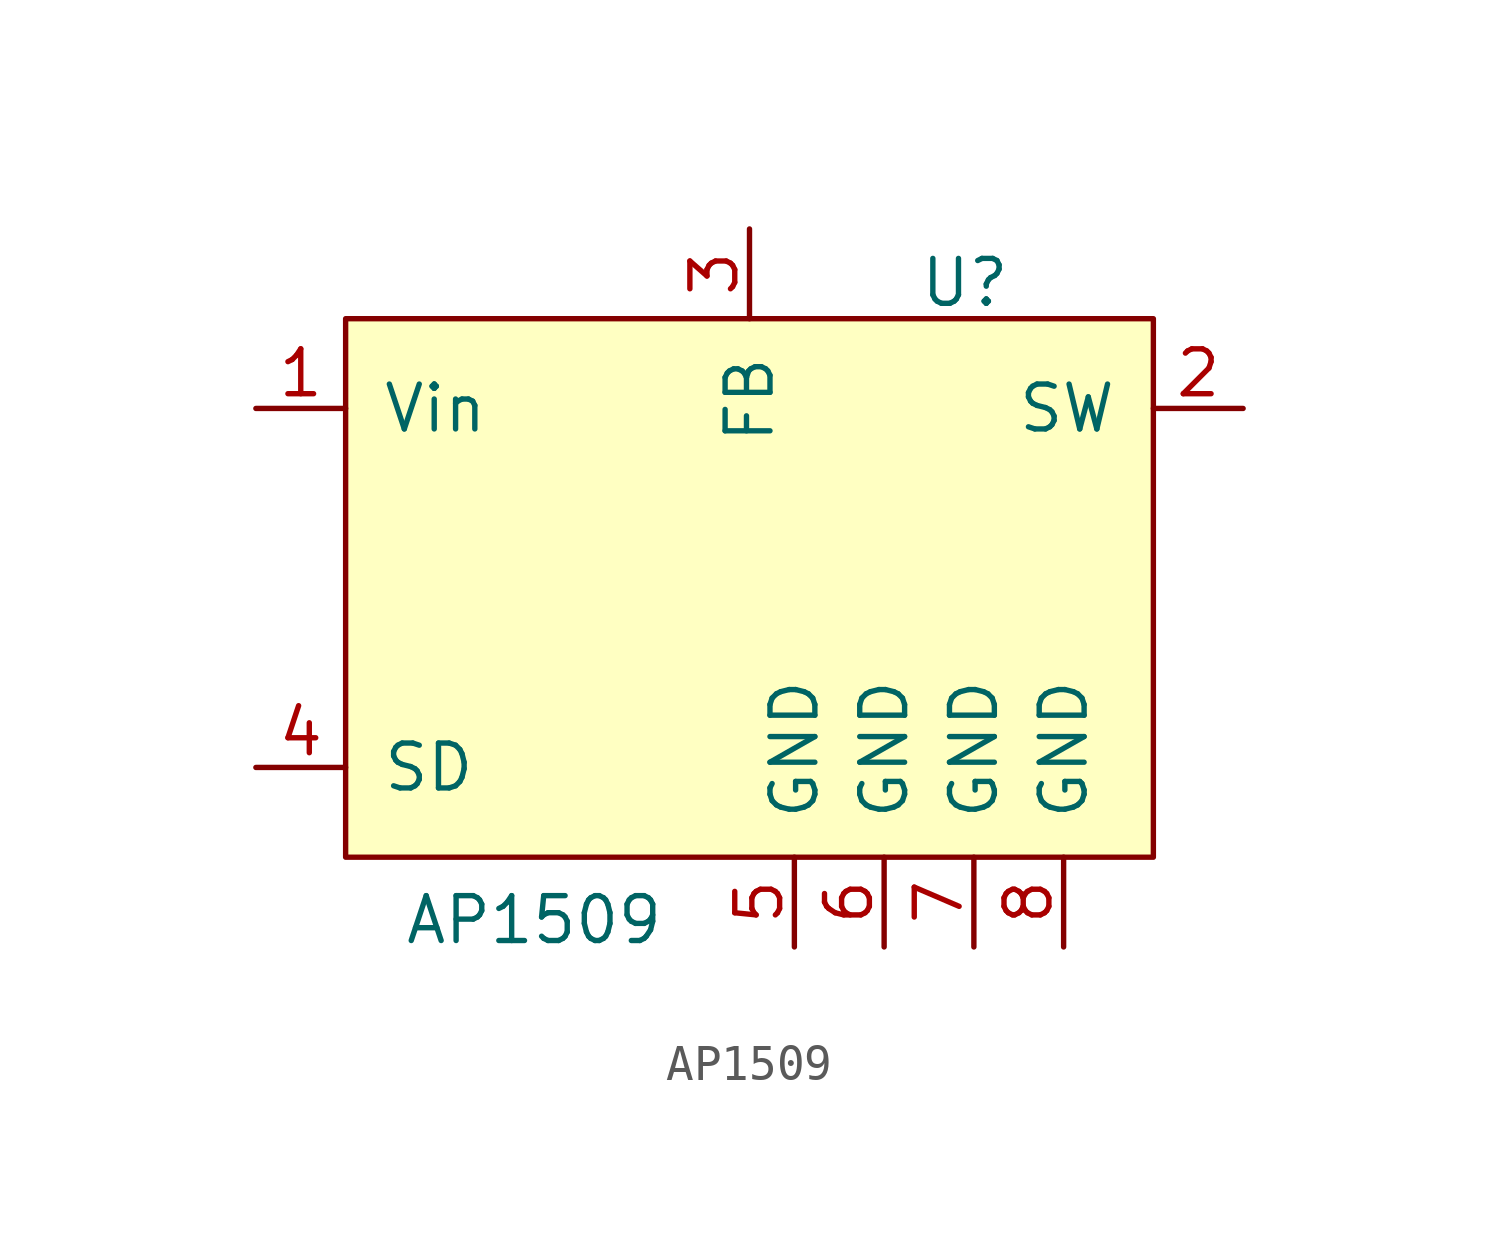
<source format=kicad_sym>
(kicad_symbol_lib
  (version 20211014)
  (generator kicad_symbol_editor)
  (symbol "AP1509"
    (pin_names
      (offset 1.016))
    (property "Reference" "U"
      (at 4.826 8.636 0)
      (effects (font (size 1.27 1.27))))
    (property "Value" "AP1509"
      (at -7.366 -9.398 0)
      (effects (font (size 1.27 1.27))))
    (symbol "AP1509_0_1"
      (rectangle (start -12.7 7.62) (end 10.16 -7.62) (stroke (width 0) (type default) (color 0 0 0 0)) (fill (type background))))
    (symbol "AP1509_1_1"
      (pin input line (at -15.24 5.08 0) (length 2.54) (name "Vin" (effects (font (size 1.27 1.27)))) (number "1" (effects (font (size 1.27 1.27)))))
      (pin output line (at 12.7 5.08 180) (length 2.54) (name "SW" (effects (font (size 1.27 1.27)))) (number "2" (effects (font (size 1.27 1.27)))))
      (pin input line (at -1.27 10.16 270) (length 2.54) (name "FB" (effects (font (size 1.27 1.27)))) (number "3" (effects (font (size 1.27 1.27)))))
      (pin input line (at -15.24 -5.08 0) (length 2.54) (name "SD" (effects (font (size 1.27 1.27)))) (number "4" (effects (font (size 1.27 1.27)))))
      (pin input line (at 0 -10.16 90) (length 2.54) (name "GND" (effects (font (size 1.27 1.27)))) (number "5" (effects (font (size 1.27 1.27)))))
      (pin input line (at 2.54 -10.16 90) (length 2.54) (name "GND" (effects (font (size 1.27 1.27)))) (number "6" (effects (font (size 1.27 1.27)))))
      (pin input line (at 5.08 -10.16 90) (length 2.54) (name "GND" (effects (font (size 1.27 1.27)))) (number "7" (effects (font (size 1.27 1.27)))))
      (pin input line (at 7.62 -10.16 90) (length 2.54) (name "GND" (effects (font (size 1.27 1.27)))) (number "8" (effects (font (size 1.27 1.27))))))))
</source>
